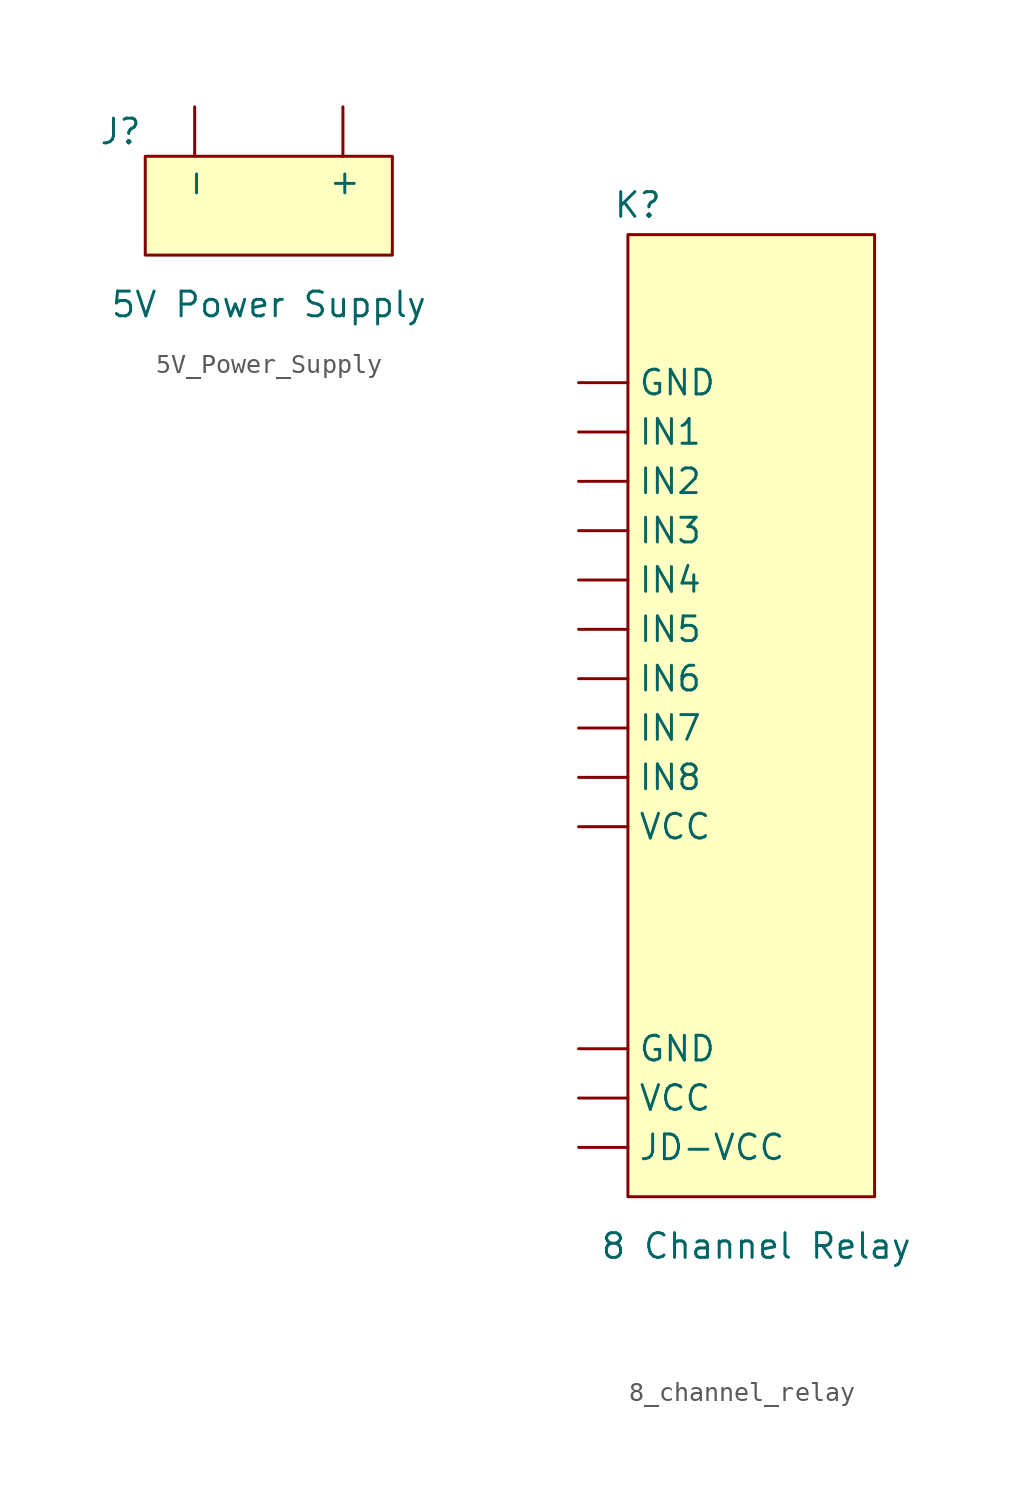
<source format=kicad_sym>
(kicad_symbol_lib
  (version 20231120)
  (generator "kicad_symbol_editor")
  (generator_version "8.0")
  (symbol "5V_Power_Supply"
    (property "Reference" "J"
      (at -7.62 3.81 0)
      (effects (font (size 1.27 1.27))))
    (property "Value" "5V Power Supply"
      (at 0 -5.08 0)
      (effects (font (size 1.27 1.27))))
    (symbol "5V_Power_Supply_1_1"
      (rectangle (start -6.35 2.54) (end 6.35 -2.54) (stroke (width 0) (type default)) (fill (type background)))
      (pin output line (at 3.81 5.08 270) (length 2.54) (name "+" (effects (font (size 1.27 1.27)))) (number "" (effects (font (size 1.27 1.27)))))
      (pin output line (at -3.81 5.08 270) (length 2.54) (name "-" (effects (font (size 1.27 1.27)))) (number "" (effects (font (size 1.27 1.27)))))))
  (symbol "8_channel_relay"
    (property "Reference" "K"
      (at -5.842 26.924 0)
      (effects (font (size 1.27 1.27))))
    (property "Value" "8 Channel Relay"
      (at 0.254 -26.67 0)
      (effects (font (size 1.27 1.27))))
    (symbol "8_channel_relay_1_1"
      (rectangle (start 6.35 25.4) (end -6.35 -24.13) (stroke (width 0) (type default)) (fill (type background)))
      (pin input line (at -8.89 -16.51 0) (length 2.54) (name "GND" (effects (font (size 1.27 1.27)))) (number "" (effects (font (size 1.27 1.27)))))
      (pin input line (at -8.89 17.78 0) (length 2.54) (name "GND" (effects (font (size 1.27 1.27)))) (number "" (effects (font (size 1.27 1.27)))))
      (pin input line (at -8.89 15.24 0) (length 2.54) (name "IN1" (effects (font (size 1.27 1.27)))) (number "" (effects (font (size 1.27 1.27)))))
      (pin input line (at -8.89 12.7 0) (length 2.54) (name "IN2" (effects (font (size 1.27 1.27)))) (number "" (effects (font (size 1.27 1.27)))))
      (pin input line (at -8.89 10.16 0) (length 2.54) (name "IN3" (effects (font (size 1.27 1.27)))) (number "" (effects (font (size 1.27 1.27)))))
      (pin input line (at -8.89 7.62 0) (length 2.54) (name "IN4" (effects (font (size 1.27 1.27)))) (number "" (effects (font (size 1.27 1.27)))))
      (pin input line (at -8.89 5.08 0) (length 2.54) (name "IN5" (effects (font (size 1.27 1.27)))) (number "" (effects (font (size 1.27 1.27)))))
      (pin input line (at -8.89 2.54 0) (length 2.54) (name "IN6" (effects (font (size 1.27 1.27)))) (number "" (effects (font (size 1.27 1.27)))))
      (pin input line (at -8.89 0 0) (length 2.54) (name "IN7" (effects (font (size 1.27 1.27)))) (number "" (effects (font (size 1.27 1.27)))))
      (pin input line (at -8.89 -2.54 0) (length 2.54) (name "IN8" (effects (font (size 1.27 1.27)))) (number "" (effects (font (size 1.27 1.27)))))
      (pin input line (at -8.89 -21.59 0) (length 2.54) (name "JD-VCC" (effects (font (size 1.27 1.27)))) (number "" (effects (font (size 1.27 1.27)))))
      (pin input line (at -8.89 -19.05 0) (length 2.54) (name "VCC" (effects (font (size 1.27 1.27)))) (number "" (effects (font (size 1.27 1.27)))))
      (pin input line (at -8.89 -5.08 0) (length 2.54) (name "VCC" (effects (font (size 1.27 1.27)))) (number "" (effects (font (size 1.27 1.27))))))))
</source>
